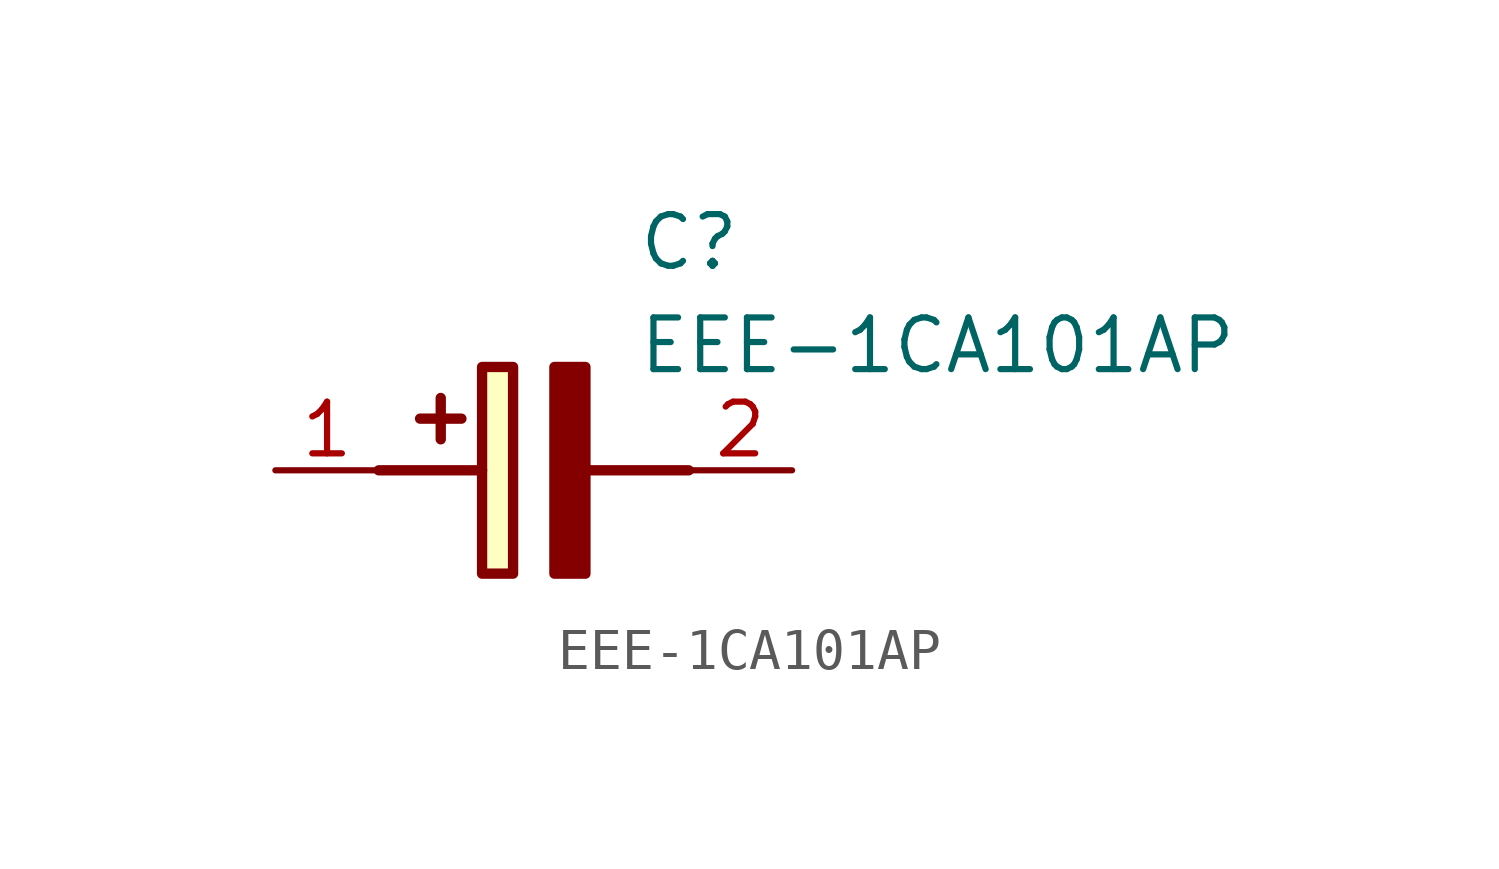
<source format=kicad_sym>
(kicad_symbol_lib
  (version 20211014)
  (generator SamacSys_ECAD_Model)
  (symbol "EEE-1CA101AP"
    (pin_names hide)
    (property "Reference" "C"
      (at 8.89 6.35 0)
      (effects (font (size 1.27 1.27)) (justify left top)))
    (property "Value" "EEE-1CA101AP"
      (at 8.89 3.81 0)
      (effects (font (size 1.27 1.27)) (justify left top)))
    (rectangle
      (start 5.08 2.54)
      (end 5.842 -2.54)
      (stroke (width 0.254) (type default))
      (fill (type background)))
    (polyline
      (pts (xy 4.572 1.27) (xy 3.556 1.27))
      (stroke (width 0.254) (type default))
      (fill (type none)))
    (polyline
      (pts (xy 4.064 1.778) (xy 4.064 0.762))
      (stroke (width 0.254) (type default))
      (fill (type none)))
    (polyline
      (pts (xy 2.54 0) (xy 5.08 0))
      (stroke (width 0.254) (type default))
      (fill (type none)))
    (polyline
      (pts (xy 7.62 0) (xy 10.16 0))
      (stroke (width 0.254) (type default))
      (fill (type none)))
    (polyline
      (pts (xy 7.62 2.54) (xy 7.62 -2.54) (xy 6.858 -2.54) (xy 6.858 2.54) (xy 7.62 2.54))
      (stroke (width 0.254) (type default))
      (fill (type outline)))
    (pin passive line
      (at 0 0 0)
      (length 2.54)
      (name "+" (effects (font (size 1.27 1.27))))
      (number "1" (effects (font (size 1.27 1.27)))))
    (pin passive line
      (at 12.7 0 180)
      (length 2.54)
      (name "-" (effects (font (size 1.27 1.27))))
      (number "2" (effects (font (size 1.27 1.27)))))))
</source>
